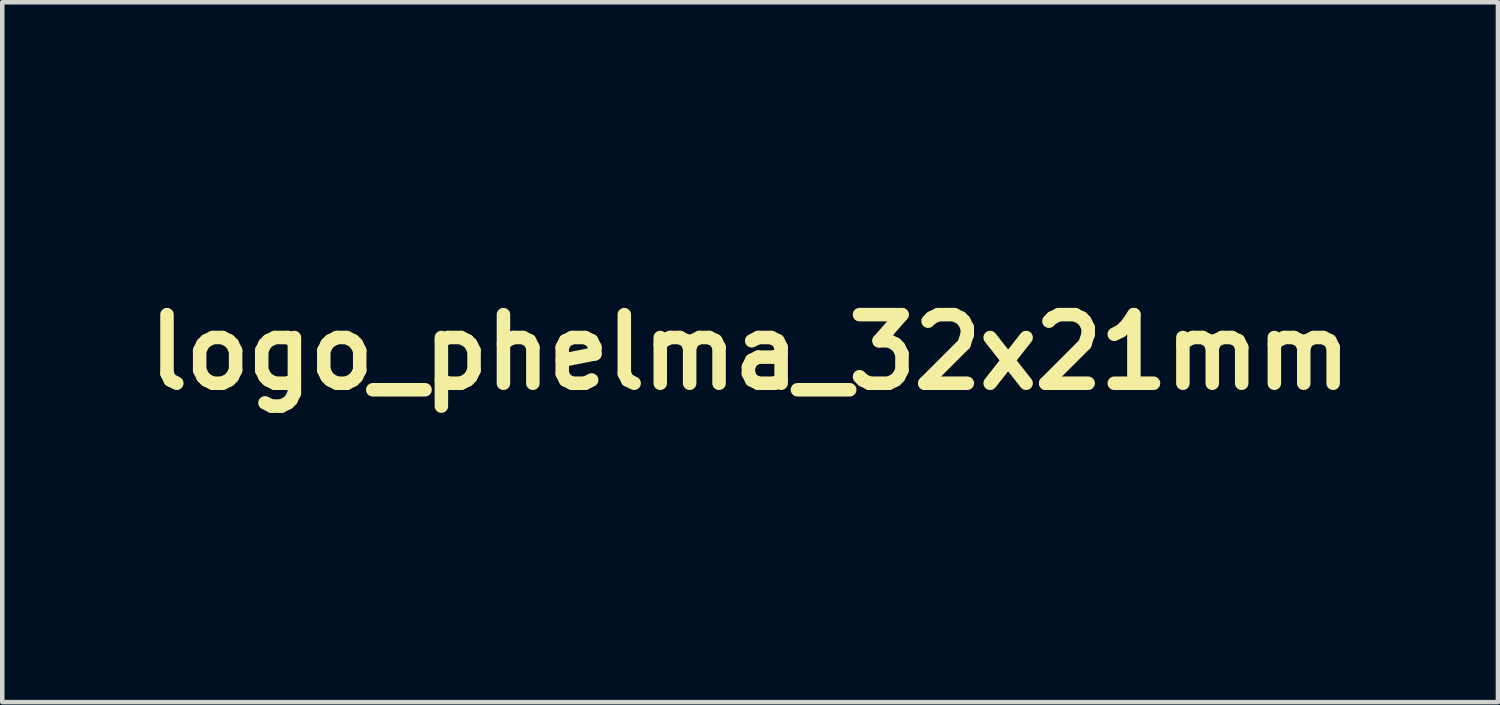
<source format=kicad_pcb>
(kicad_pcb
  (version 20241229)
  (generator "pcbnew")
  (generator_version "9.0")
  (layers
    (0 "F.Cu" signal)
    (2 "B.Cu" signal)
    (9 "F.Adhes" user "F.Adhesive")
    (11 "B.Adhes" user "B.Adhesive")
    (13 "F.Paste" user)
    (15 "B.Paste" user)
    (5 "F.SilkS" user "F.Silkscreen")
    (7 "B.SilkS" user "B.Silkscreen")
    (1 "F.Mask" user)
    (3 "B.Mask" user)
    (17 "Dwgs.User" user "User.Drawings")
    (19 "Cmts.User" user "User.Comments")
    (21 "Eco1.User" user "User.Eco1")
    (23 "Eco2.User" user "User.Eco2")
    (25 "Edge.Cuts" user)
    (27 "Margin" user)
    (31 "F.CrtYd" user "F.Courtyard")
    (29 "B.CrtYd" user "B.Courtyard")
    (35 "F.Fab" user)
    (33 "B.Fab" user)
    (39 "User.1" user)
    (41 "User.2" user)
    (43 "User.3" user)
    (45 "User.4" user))
  (footprint "logo_phelma_32x21mm"
    (layer "F.Cu")
    (at 13.614 4.775)
    (property "Reference" "logo_phelma_32x21mm" (at 0 0 0) (layer "F.SilkS") (effects (font (size 1.524 1.524) (thickness 0.3))))
    (attr through_hole)
    (fp_poly (pts (xy 9.454 4.77) (xy -9.454 4.77) (xy -9.454 -4.77) (xy 9.454 -4.77) (xy 9.454 4.77)) (stroke (width 0.01) (type solid)) (fill no) (layer "Eco2.User")))
  (gr_rect
    (start -3 -3)
    (end 30.229 12.549)
    (stroke (width 0.1) (type default))
    (fill no)
    (layer "Edge.Cuts")))
</source>
